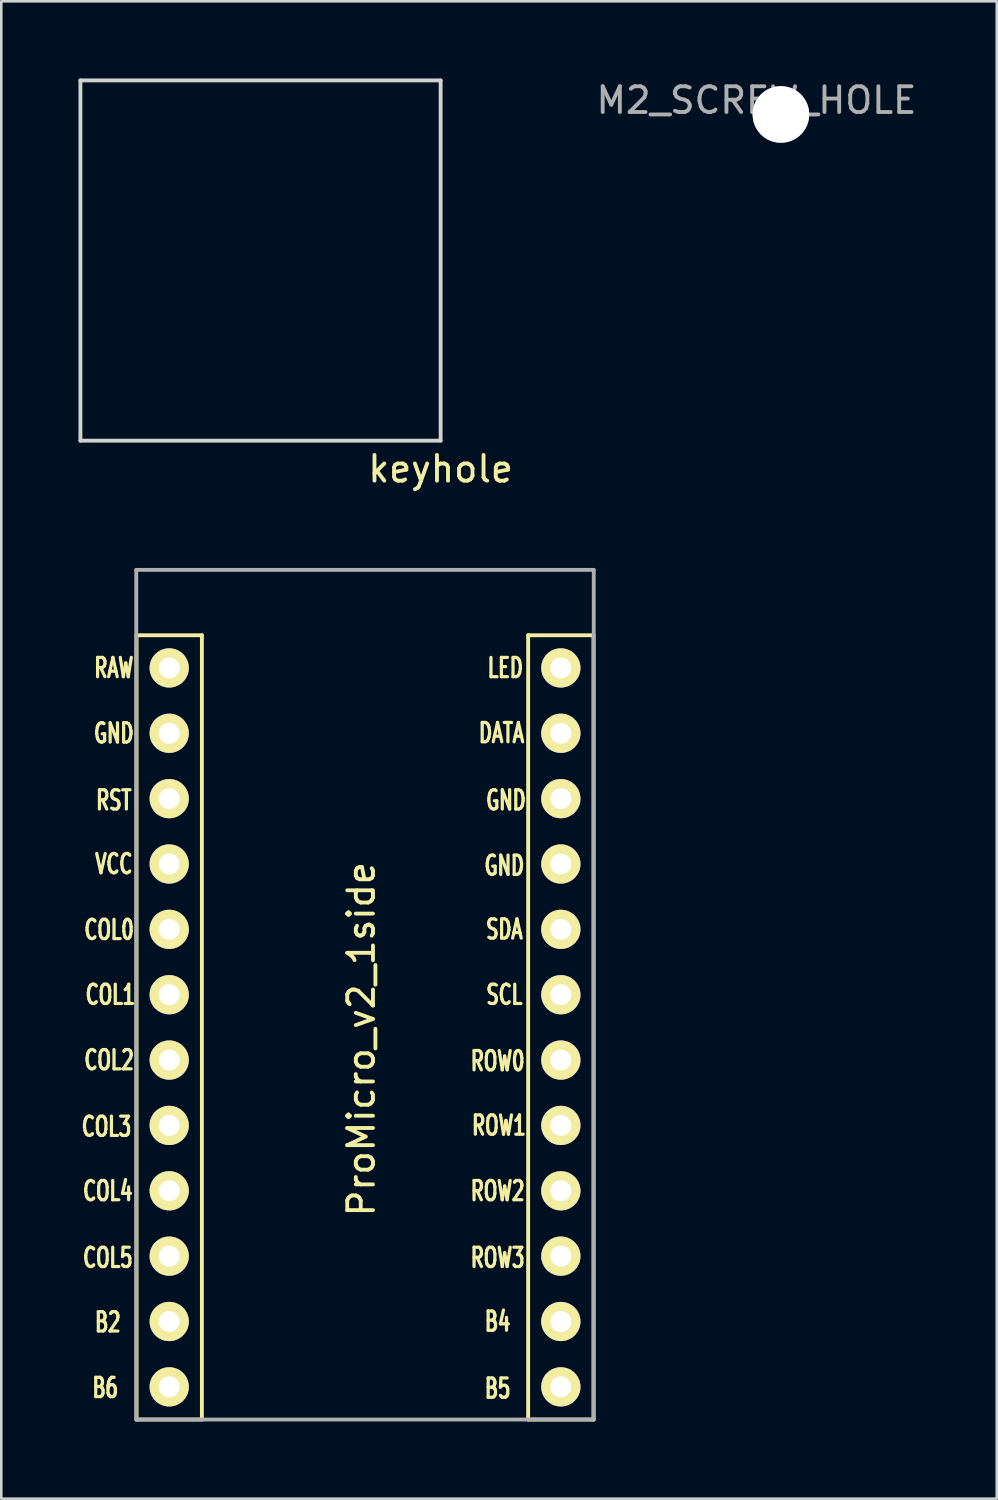
<source format=kicad_pcb>
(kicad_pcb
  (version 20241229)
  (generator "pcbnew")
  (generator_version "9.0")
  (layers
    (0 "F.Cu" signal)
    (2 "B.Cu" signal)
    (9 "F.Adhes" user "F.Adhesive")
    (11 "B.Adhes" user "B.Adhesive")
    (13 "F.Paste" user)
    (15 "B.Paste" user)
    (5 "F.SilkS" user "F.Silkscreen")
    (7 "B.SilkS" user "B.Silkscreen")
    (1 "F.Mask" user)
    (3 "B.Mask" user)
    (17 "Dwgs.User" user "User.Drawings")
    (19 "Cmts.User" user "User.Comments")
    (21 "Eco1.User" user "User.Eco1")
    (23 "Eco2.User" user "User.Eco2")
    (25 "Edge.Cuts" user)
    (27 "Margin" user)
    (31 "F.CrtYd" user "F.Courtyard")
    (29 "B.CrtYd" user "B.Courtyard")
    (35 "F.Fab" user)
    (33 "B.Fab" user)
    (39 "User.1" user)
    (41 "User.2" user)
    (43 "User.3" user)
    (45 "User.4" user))
  (footprint "M2_SCREW_HOLE"
    (layer "F.Cu")
    (at 27.299 1.398)
    (property "Reference" "M2_SCREW_HOLE" (at -0.95 -0.55 0) (layer "F.Fab") (effects (font (size 1 1) (thickness 0.15))))
    (attr exclude_from_pos_files exclude_from_bom)
    (pad "" thru_hole circle (at 0 0) (size 2.2 2.2) (drill 2.2) (layers "*.Cu" "*.Mask")))
  (footprint "keyhole"
    (layer "F.Cu")
    (at 7.075 7.075)
    (property "Reference" "keyhole" (at 7 8.1 0) (layer "F.SilkS") (effects (font (size 1 1) (thickness 0.15))))
    (attr through_hole)
    (fp_line (start -7 -7) (end 7 -7) (stroke (width 0.15) (type solid)) (layer "Edge.Cuts"))
    (fp_line (start -7 7) (end -7 -7) (stroke (width 0.15) (type solid)) (layer "Edge.Cuts"))
    (fp_line (start 7 -7) (end 7 7) (stroke (width 0.15) (type solid)) (layer "Edge.Cuts"))
    (fp_line (start 7 7) (end -7 7) (stroke (width 0.15) (type solid)) (layer "Edge.Cuts")))
  (footprint "ProMicro_v2_1side"
    (layer "F.Cu")
    (at 11.09 37.386)
    (property "Reference" "ProMicro_v2_1side" (at -0.1 -0.05 270) (layer "F.SilkS") (effects (font (size 1 1) (thickness 0.15))))
    (attr through_hole)
    (fp_line (start -8.834 -15.748) (end -6.294 -15.748) (stroke (width 0.15) (type solid)) (layer "F.SilkS"))
    (fp_line (start -8.834 14.732) (end -8.834 -15.748) (stroke (width 0.15) (type solid)) (layer "F.SilkS"))
    (fp_line (start -6.294 -15.748) (end -6.294 14.732) (stroke (width 0.15) (type solid)) (layer "F.SilkS"))
    (fp_line (start -6.294 14.732) (end -8.834 14.732) (stroke (width 0.15) (type solid)) (layer "F.SilkS"))
    (fp_line (start 6.386 -15.748) (end 8.926 -15.748) (stroke (width 0.15) (type solid)) (layer "F.SilkS"))
    (fp_line (start 6.386 14.732) (end 6.386 -15.748) (stroke (width 0.15) (type solid)) (layer "F.SilkS"))
    (fp_line (start 8.926 -15.748) (end 8.926 14.732) (stroke (width 0.15) (type solid)) (layer "F.SilkS"))
    (fp_line (start 8.926 14.732) (end 6.386 14.732) (stroke (width 0.15) (type solid)) (layer "F.SilkS"))
    (fp_line (start -8.845 -18.288) (end 8.935 -18.288) (stroke (width 0.15) (type solid)) (layer "F.Fab"))
    (fp_line (start -8.845 14.732) (end -8.845 -18.288) (stroke (width 0.15) (type solid)) (layer "F.Fab"))
    (fp_line (start 8.935 -18.288) (end 8.935 14.732) (stroke (width 0.15) (type solid)) (layer "F.Fab"))
    (fp_line (start 8.935 14.732) (end -8.845 14.732) (stroke (width 0.15) (type solid)) (layer "F.Fab"))
    (fp_text user "GND" (at -9.716 -11.938 0) (layer "F.SilkS") (effects (font (size 0.75 0.5) (thickness 0.125))))
    (fp_text user "" (at -0.5 -17.25 0) (layer "F.SilkS") (effects (font (size 1 1) (thickness 0.15))))
    (fp_text user "B6" (at -10.05 13.5 0) (layer "F.SilkS") (effects (font (size 0.75 0.5) (thickness 0.125))))
    (fp_text user "RST" (at -9.716 -9.335 0) (layer "F.SilkS") (effects (font (size 0.75 0.5) (thickness 0.125))))
    (fp_text user "DATA" (at 5.35 -11.95 0) (layer "F.SilkS") (effects (font (size 0.75 0.5) (thickness 0.125))))
    (fp_text user "GND" (at 5.461 -6.795 0) (layer "F.SilkS") (effects (font (size 0.75 0.5) (thickness 0.125))))
    (fp_text user "COL4" (at -9.95 5.85 0) (layer "F.SilkS") (effects (font (size 0.75 0.5) (thickness 0.125))))
    (fp_text user "COL2" (at -9.9 0.762 0) (layer "F.SilkS") (effects (font (size 0.75 0.5) (thickness 0.125))))
    (fp_text user "VCC" (at -9.716 -6.858 0) (layer "F.SilkS") (effects (font (size 0.75 0.5) (thickness 0.125))))
    (fp_text user "LED" (at 5.5 -14.478 0) (layer "F.SilkS") (effects (font (size 0.75 0.5) (thickness 0.125))))
    (fp_text user "GND" (at 5.524 -9.335 0) (layer "F.SilkS") (effects (font (size 0.75 0.5) (thickness 0.125))))
    (fp_text user "COL5" (at -9.95 8.445 0) (layer "F.SilkS") (effects (font (size 0.75 0.5) (thickness 0.125))))
    (fp_text user "COL1" (at -9.85 -1.778 0) (layer "F.SilkS") (effects (font (size 0.75 0.5) (thickness 0.125))))
    (fp_text user "ROW3" (at 5.2 8.445 0) (layer "F.SilkS") (effects (font (size 0.75 0.5) (thickness 0.125))))
    (fp_text user "SDA" (at 5.461 -4.318 0) (layer "F.SilkS") (effects (font (size 0.75 0.5) (thickness 0.125))))
    (fp_text user "SCL" (at 5.461 -1.778 0) (layer "F.SilkS") (effects (font (size 0.75 0.5) (thickness 0.125))))
    (fp_text user "RAW" (at -9.716 -14.478 0) (layer "F.SilkS") (effects (font (size 0.75 0.5) (thickness 0.125))))
    (fp_text user "COL3" (at -10 3.35 0) (layer "F.SilkS") (effects (font (size 0.75 0.5) (thickness 0.125))))
    (fp_text user "ROW2" (at 5.2 5.85 0) (layer "F.SilkS") (effects (font (size 0.75 0.5) (thickness 0.125))))
    (fp_text user "B4" (at 5.2 10.922 0) (layer "F.SilkS") (effects (font (size 0.75 0.5) (thickness 0.125))))
    (fp_text user "B5" (at 5.2 13.525 0) (layer "F.SilkS") (effects (font (size 0.75 0.5) (thickness 0.125))))
    (fp_text user "COL0" (at -9.9 -4.3 0) (layer "F.SilkS") (effects (font (size 0.75 0.5) (thickness 0.125))))
    (fp_text user "ROW1" (at 5.25 3.302 0) (layer "F.SilkS") (effects (font (size 0.75 0.5) (thickness 0.125))))
    (fp_text user "ROW0" (at 5.2 0.8 0) (layer "F.SilkS") (effects (font (size 0.75 0.5) (thickness 0.125))))
    (fp_text user "B2" (at -9.95 10.95 0) (layer "F.SilkS") (effects (font (size 0.75 0.5) (thickness 0.125))))
    (fp_text user "" (at -1.206 -16.256 0) (layer "B.SilkS") (effects (font (size 1 1) (thickness 0.15)) (justify mirror)))
    (pad "1" thru_hole circle (at 7.656 -14.478) (size 1.524 1.524) (drill 0.813) (layers "*.Cu" "*.Mask" "F.SilkS"))
    (pad "2" thru_hole circle (at 7.656 -11.938) (size 1.524 1.524) (drill 0.813) (layers "*.Cu" "*.Mask" "F.SilkS"))
    (pad "3" thru_hole circle (at 7.656 -9.398) (size 1.524 1.524) (drill 0.813) (layers "*.Cu" "*.Mask" "F.SilkS"))
    (pad "4" thru_hole circle (at 7.656 -6.858) (size 1.524 1.524) (drill 0.813) (layers "*.Cu" "*.Mask" "F.SilkS"))
    (pad "5" thru_hole circle (at 7.656 -4.318) (size 1.524 1.524) (drill 0.813) (layers "*.Cu" "*.Mask" "F.SilkS"))
    (pad "6" thru_hole circle (at 7.656 -1.778) (size 1.524 1.524) (drill 0.813) (layers "*.Cu" "*.Mask" "F.SilkS"))
    (pad "7" thru_hole circle (at 7.656 0.762) (size 1.524 1.524) (drill 0.813) (layers "*.Cu" "*.Mask" "F.SilkS"))
    (pad "8" thru_hole circle (at 7.656 3.302) (size 1.524 1.524) (drill 0.813) (layers "*.Cu" "*.Mask" "F.SilkS"))
    (pad "9" thru_hole circle (at 7.656 5.842) (size 1.524 1.524) (drill 0.813) (layers "*.Cu" "*.Mask" "F.SilkS"))
    (pad "10" thru_hole circle (at 7.656 8.382) (size 1.524 1.524) (drill 0.813) (layers "*.Cu" "*.Mask" "F.SilkS"))
    (pad "11" thru_hole circle (at 7.656 10.922) (size 1.524 1.524) (drill 0.813) (layers "*.Cu" "*.Mask" "F.SilkS"))
    (pad "12" thru_hole circle (at 7.656 13.462) (size 1.524 1.524) (drill 0.813) (layers "*.Cu" "*.Mask" "F.SilkS"))
    (pad "13" thru_hole circle (at -7.564 13.462) (size 1.524 1.524) (drill 0.813) (layers "*.Cu" "*.Mask" "F.SilkS"))
    (pad "14" thru_hole circle (at -7.564 10.922) (size 1.524 1.524) (drill 0.813) (layers "*.Cu" "*.Mask" "F.SilkS"))
    (pad "15" thru_hole circle (at -7.564 8.382) (size 1.524 1.524) (drill 0.813) (layers "*.Cu" "*.Mask" "F.SilkS"))
    (pad "16" thru_hole circle (at -7.564 5.842) (size 1.524 1.524) (drill 0.813) (layers "*.Cu" "*.Mask" "F.SilkS"))
    (pad "17" thru_hole circle (at -7.564 3.302) (size 1.524 1.524) (drill 0.813) (layers "*.Cu" "*.Mask" "F.SilkS"))
    (pad "18" thru_hole circle (at -7.564 0.762) (size 1.524 1.524) (drill 0.813) (layers "*.Cu" "*.Mask" "F.SilkS"))
    (pad "19" thru_hole circle (at -7.564 -1.778) (size 1.524 1.524) (drill 0.813) (layers "*.Cu" "*.Mask" "F.SilkS"))
    (pad "20" thru_hole circle (at -7.564 -4.318) (size 1.524 1.524) (drill 0.813) (layers "*.Cu" "*.Mask" "F.SilkS"))
    (pad "21" thru_hole circle (at -7.564 -6.858) (size 1.524 1.524) (drill 0.813) (layers "*.Cu" "*.Mask" "F.SilkS"))
    (pad "22" thru_hole circle (at -7.564 -9.398) (size 1.524 1.524) (drill 0.813) (layers "*.Cu" "*.Mask" "F.SilkS"))
    (pad "23" thru_hole circle (at -7.564 -11.938) (size 1.524 1.524) (drill 0.813) (layers "*.Cu" "*.Mask" "F.SilkS"))
    (pad "24" thru_hole circle (at -7.564 -14.478) (size 1.524 1.524) (drill 0.813) (layers "*.Cu" "*.Mask" "F.SilkS")))
  (gr_rect
    (start -3 -3)
    (end 35.688 55.193)
    (stroke (width 0.1) (type default))
    (fill no)
    (layer "Edge.Cuts")))
</source>
